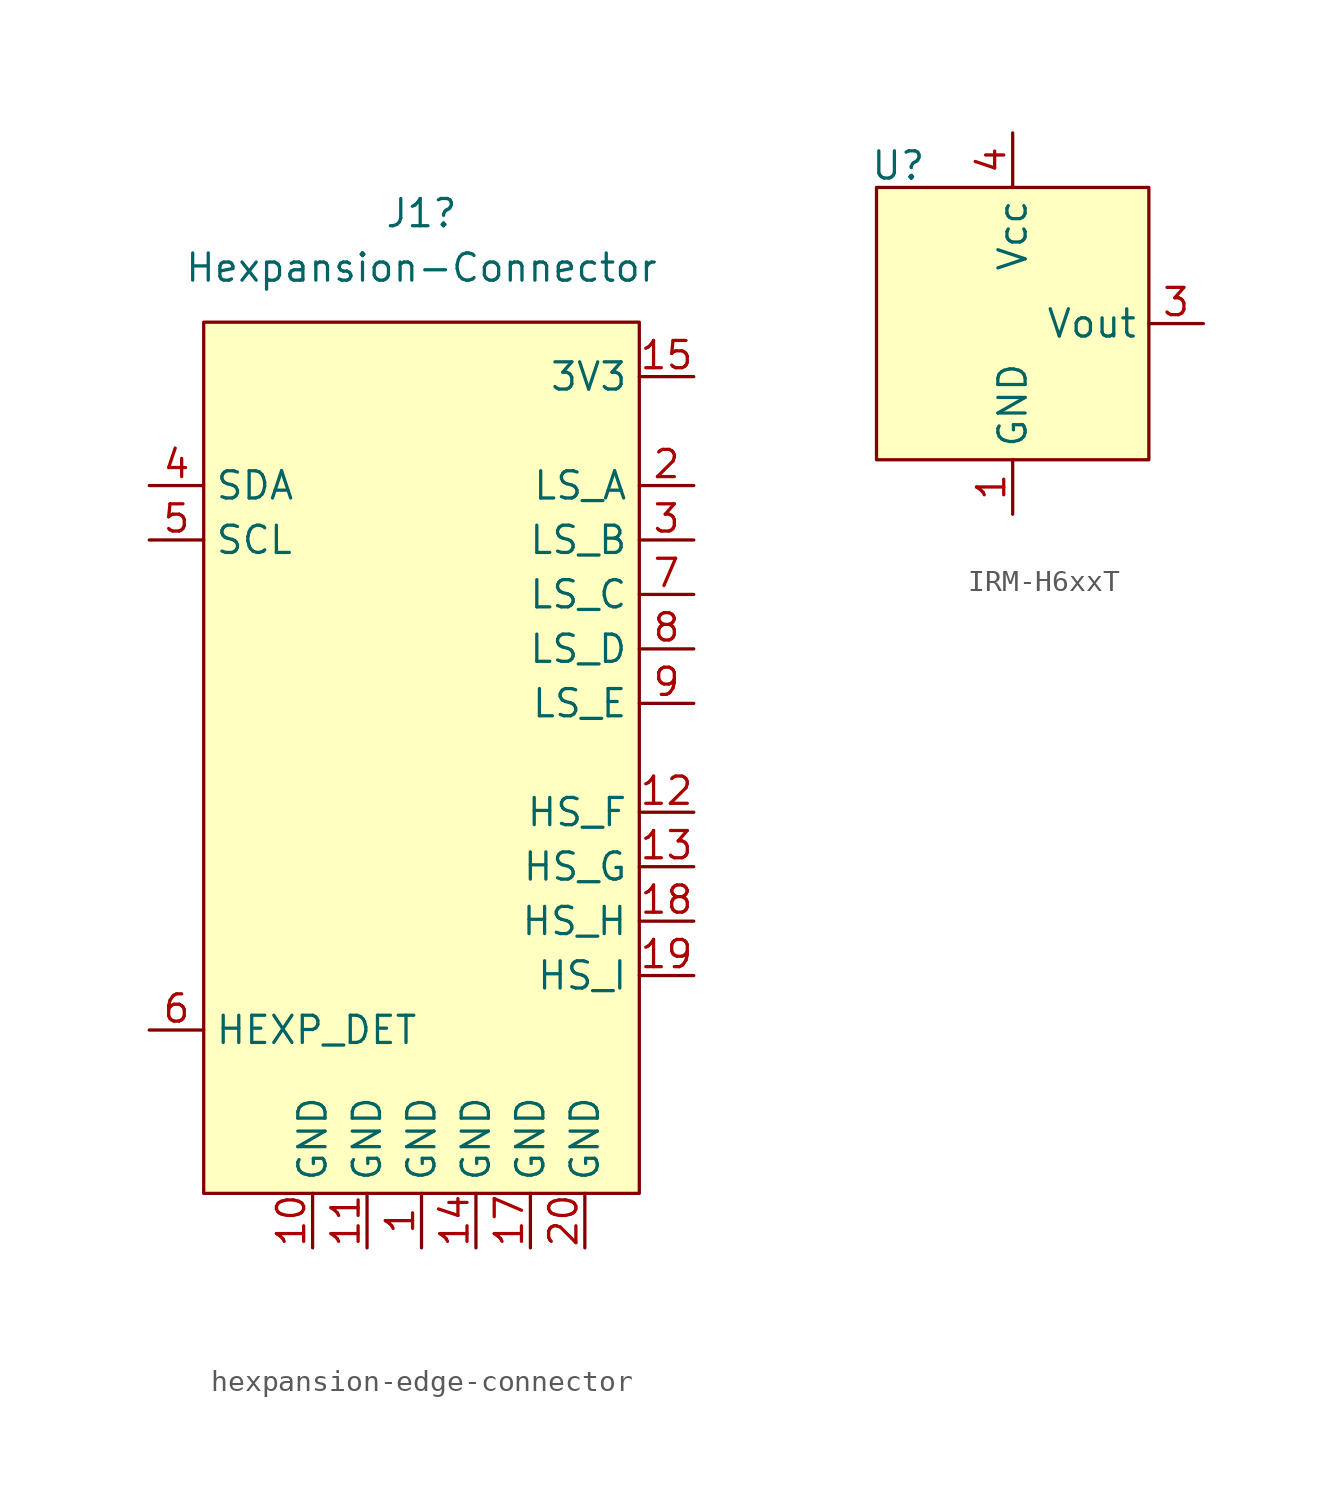
<source format=kicad_sym>
(kicad_symbol_lib
  (version 20231120)
  (generator "kicad_symbol_editor")
  (generator_version "8.0")
  (symbol "hexpansion-edge-connector"
    (property "Reference" "J1"
      (at 0 25.4 0)
      (effects (font (size 1.27 1.27))))
    (property "Value" "Hexpansion-Connector"
      (at 0 22.86 0)
      (effects (font (size 1.27 1.27))))
    (symbol "hexpansion-edge-connector_1_1"
      (rectangle (start -10.16 20.32) (end 10.16 -20.32) (stroke (width 0) (type default)) (fill (type background)))
      (pin power_out line (at 0 -22.86 90) (length 2.54) (name "GND" (effects (font (size 1.27 1.27)))) (number "1" (effects (font (size 1.27 1.27)))))
      (pin passive line (at -5.08 -22.86 90) (length 2.54) (name "GND" (effects (font (size 1.27 1.27)))) (number "10" (effects (font (size 1.27 1.27)))))
      (pin passive line (at -2.54 -22.86 90) (length 2.54) (name "GND" (effects (font (size 1.27 1.27)))) (number "11" (effects (font (size 1.27 1.27)))))
      (pin bidirectional line (at 12.7 -2.54 180) (length 2.54) (name "HS_F" (effects (font (size 1.27 1.27)))) (number "12" (effects (font (size 1.27 1.27)))))
      (pin bidirectional line (at 12.7 -5.08 180) (length 2.54) (name "HS_G" (effects (font (size 1.27 1.27)))) (number "13" (effects (font (size 1.27 1.27)))))
      (pin passive line (at 2.54 -22.86 90) (length 2.54) (name "GND" (effects (font (size 1.27 1.27)))) (number "14" (effects (font (size 1.27 1.27)))))
      (pin power_out line (at 12.7 17.78 180) (length 2.54) (name "3V3" (effects (font (size 1.27 1.27)))) (number "15" (effects (font (size 1.27 1.27)))))
      (pin passive line (at 12.7 17.78 180) (length 2.54) hide (name "3V3" (effects (font (size 1.27 1.27)))) (number "16" (effects (font (size 1.27 1.27)))))
      (pin passive line (at 5.08 -22.86 90) (length 2.54) (name "GND" (effects (font (size 1.27 1.27)))) (number "17" (effects (font (size 1.27 1.27)))))
      (pin bidirectional line (at 12.7 -7.62 180) (length 2.54) (name "HS_H" (effects (font (size 1.27 1.27)))) (number "18" (effects (font (size 1.27 1.27)))))
      (pin bidirectional line (at 12.7 -10.16 180) (length 2.54) (name "HS_I" (effects (font (size 1.27 1.27)))) (number "19" (effects (font (size 1.27 1.27)))))
      (pin bidirectional line (at 12.7 12.7 180) (length 2.54) (name "LS_A" (effects (font (size 1.27 1.27)))) (number "2" (effects (font (size 1.27 1.27)))))
      (pin passive line (at 7.62 -22.86 90) (length 2.54) (name "GND" (effects (font (size 1.27 1.27)))) (number "20" (effects (font (size 1.27 1.27)))))
      (pin bidirectional line (at 12.7 10.16 180) (length 2.54) (name "LS_B" (effects (font (size 1.27 1.27)))) (number "3" (effects (font (size 1.27 1.27)))))
      (pin bidirectional line (at -12.7 12.7 0) (length 2.54) (name "SDA" (effects (font (size 1.27 1.27)))) (number "4" (effects (font (size 1.27 1.27)))))
      (pin output line (at -12.7 10.16 0) (length 2.54) (name "SCL" (effects (font (size 1.27 1.27)))) (number "5" (effects (font (size 1.27 1.27)))))
      (pin bidirectional line (at -12.7 -12.7 0) (length 2.54) (name "HEXP_DET" (effects (font (size 1.27 1.27)))) (number "6" (effects (font (size 1.27 1.27)))))
      (pin bidirectional line (at 12.7 7.62 180) (length 2.54) (name "LS_C" (effects (font (size 1.27 1.27)))) (number "7" (effects (font (size 1.27 1.27)))))
      (pin bidirectional line (at 12.7 5.08 180) (length 2.54) (name "LS_D" (effects (font (size 1.27 1.27)))) (number "8" (effects (font (size 1.27 1.27)))))
      (pin bidirectional line (at 12.7 2.54 180) (length 2.54) (name "LS_E" (effects (font (size 1.27 1.27)))) (number "9" (effects (font (size 1.27 1.27)))))))
  (symbol "IRM-H6xxT"
    (property "Reference" "U"
      (at -5.334 7.366 0)
      (effects (font (size 1.27 1.27))))
    (property "Value" ""
      (at 0 0 0)
      (effects (font (size 1.27 1.27))))
    (symbol "IRM-H6xxT_1_1"
      (rectangle (start -6.35 6.35) (end 6.35 -6.35) (stroke (width 0) (type default)) (fill (type background)))
      (pin power_in line (at 0 -8.89 90) (length 2.54) (name "GND" (effects (font (size 1.27 1.27)))) (number "1" (effects (font (size 1.27 1.27)))))
      (pin power_in line (at 0 -8.89 90) (length 2.54) hide (name "GND" (effects (font (size 1.27 1.27)))) (number "2" (effects (font (size 1.27 1.27)))))
      (pin output line (at 8.89 0 180) (length 2.54) (name "Vout" (effects (font (size 1.27 1.27)))) (number "3" (effects (font (size 1.27 1.27)))))
      (pin power_in line (at 0 8.89 270) (length 2.54) (name "Vcc" (effects (font (size 1.27 1.27)))) (number "4" (effects (font (size 1.27 1.27))))))))
</source>
